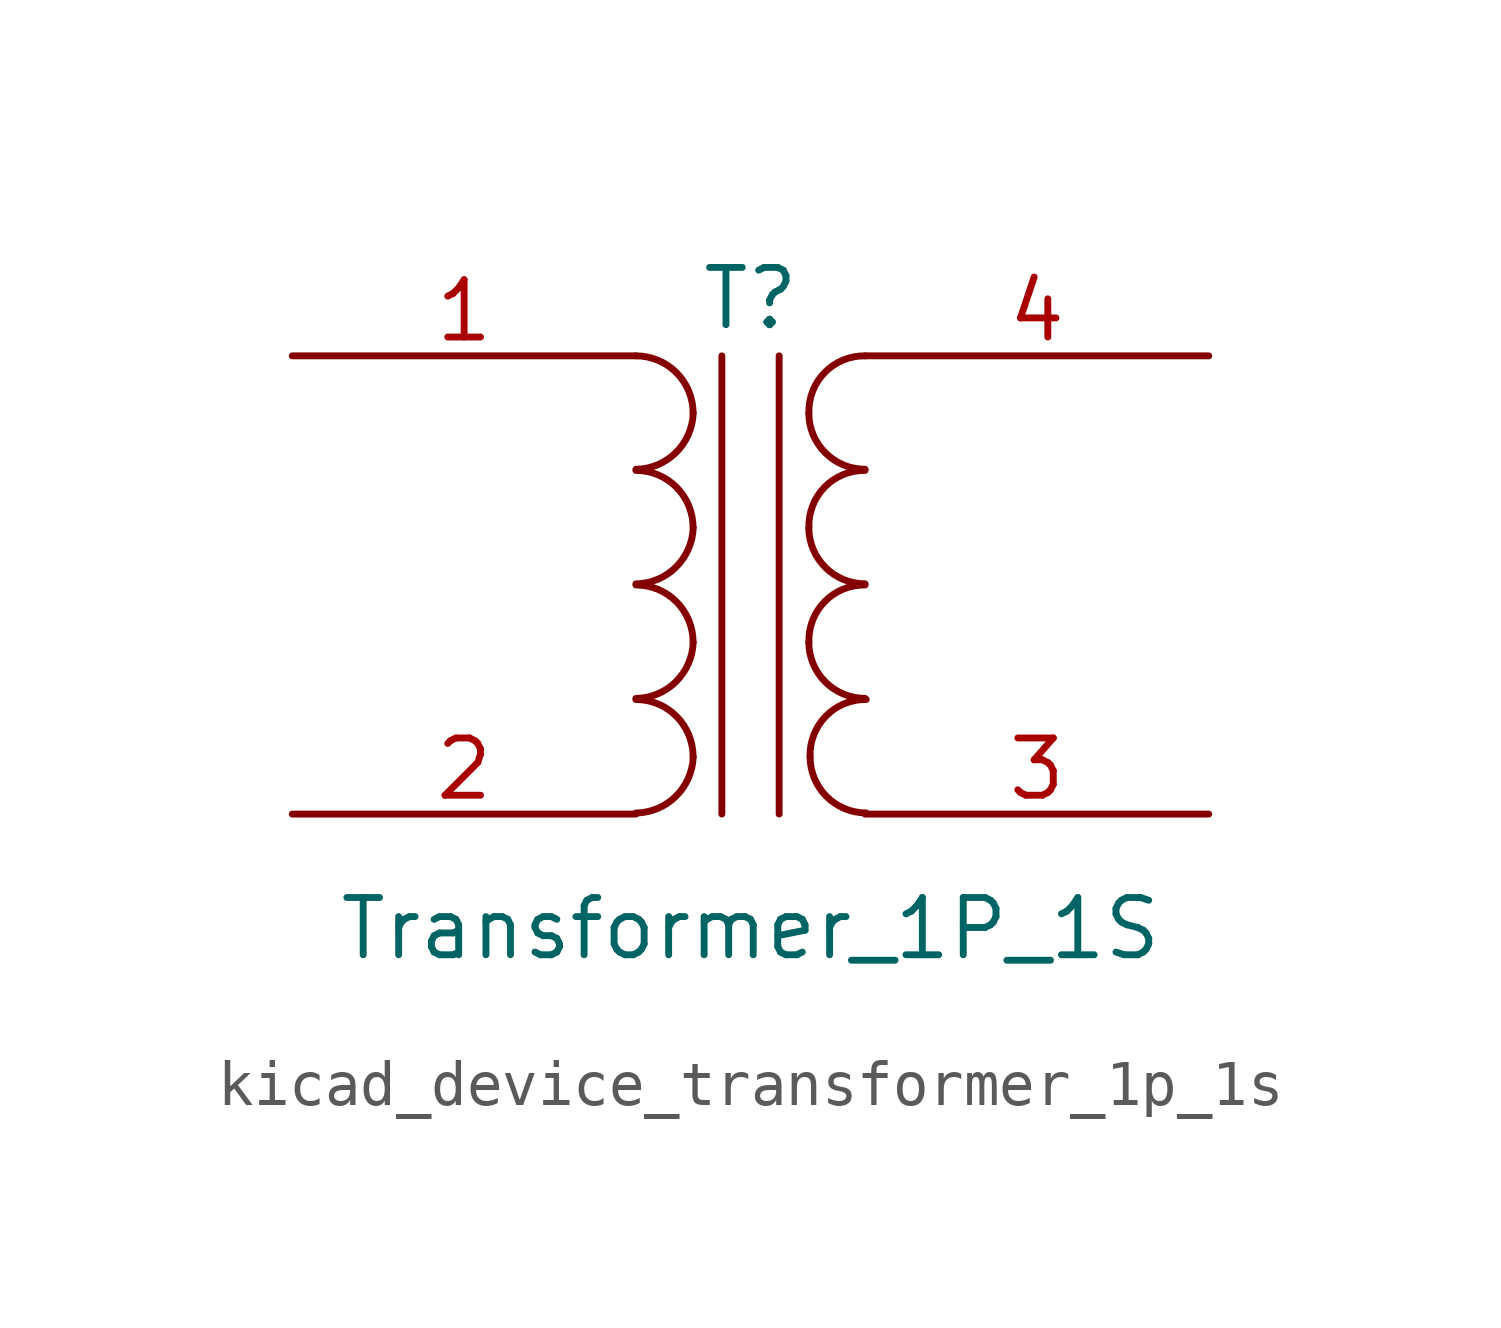
<source format=kicad_sym>
(kicad_symbol_lib
  (version 20220914)
  (generator kicad_symbol_editor)
  (symbol "kicad_device_transformer_1p_1s"
    (pin_names
      (offset 1.016) hide)
    (property "Reference" "T"
      (at 0 6.35 0)
      (effects (font (size 1.27 1.27))))
    (property "Value" "Transformer_1P_1S"
      (at 0 -7.62 0)
      (effects (font (size 1.27 1.27))))
    (symbol "kicad_device_transformer_1p_1s_0_1"
      (arc (start -2.54 -5.0546) (mid -1.6599 -4.6901) (end -1.27 -3.81) (stroke (width 0) (type default)) (fill (type none)))
      (arc (start -2.54 -2.5146) (mid -1.6599 -2.1501) (end -1.27 -1.27) (stroke (width 0) (type default)) (fill (type none)))
      (arc (start -2.54 0.0254) (mid -1.6599 0.3899) (end -1.27 1.27) (stroke (width 0) (type default)) (fill (type none)))
      (arc (start -2.54 2.5654) (mid -1.6599 2.9299) (end -1.27 3.81) (stroke (width 0) (type default)) (fill (type none)))
      (arc (start -1.27 -3.81) (mid -1.642 -2.912) (end -2.54 -2.54) (stroke (width 0) (type default)) (fill (type none)))
      (arc (start -1.27 -1.27) (mid -1.642 -0.372) (end -2.54 0) (stroke (width 0) (type default)) (fill (type none)))
      (arc (start -1.27 1.27) (mid -1.642 2.168) (end -2.54 2.54) (stroke (width 0) (type default)) (fill (type none)))
      (arc (start -1.27 3.81) (mid -1.642 4.708) (end -2.54 5.08) (stroke (width 0) (type default)) (fill (type none)))
      (polyline (pts (xy -0.635 5.08) (xy -0.635 -5.08)) (stroke (width 0) (type default)) (fill (type none)))
      (polyline (pts (xy 0.635 -5.08) (xy 0.635 5.08)) (stroke (width 0) (type default)) (fill (type none)))
      (arc (start 1.2954 -1.27) (mid 1.6599 -2.1501) (end 2.54 -2.5146) (stroke (width 0) (type default)) (fill (type none)))
      (arc (start 1.2954 1.27) (mid 1.6599 0.3899) (end 2.54 0.0254) (stroke (width 0) (type default)) (fill (type none)))
      (arc (start 1.2954 3.81) (mid 1.6599 2.9299) (end 2.54 2.5654) (stroke (width 0) (type default)) (fill (type none)))
      (arc (start 1.3208 -3.81) (mid 1.6853 -4.6901) (end 2.5654 -5.0546) (stroke (width 0) (type default)) (fill (type none)))
      (arc (start 2.54 0) (mid 1.642 -0.372) (end 1.2954 -1.27) (stroke (width 0) (type default)) (fill (type none)))
      (arc (start 2.54 2.54) (mid 1.642 2.168) (end 1.2954 1.27) (stroke (width 0) (type default)) (fill (type none)))
      (arc (start 2.54 5.08) (mid 1.642 4.708) (end 1.2954 3.81) (stroke (width 0) (type default)) (fill (type none)))
      (arc (start 2.5654 -2.54) (mid 1.6674 -2.912) (end 1.3208 -3.81) (stroke (width 0) (type default)) (fill (type none))))
    (symbol "kicad_device_transformer_1p_1s_1_1"
      (pin passive line (at -10.16 5.08 0) (length 7.62) (name "AA" (effects (font (size 1.27 1.27)))) (number "1" (effects (font (size 1.27 1.27)))))
      (pin passive line (at -10.16 -5.08 0) (length 7.62) (name "AB" (effects (font (size 1.27 1.27)))) (number "2" (effects (font (size 1.27 1.27)))))
      (pin passive line (at 10.16 -5.08 180) (length 7.62) (name "SA" (effects (font (size 1.27 1.27)))) (number "3" (effects (font (size 1.27 1.27)))))
      (pin passive line (at 10.16 5.08 180) (length 7.62) (name "SB" (effects (font (size 1.27 1.27)))) (number "4" (effects (font (size 1.27 1.27))))))))
</source>
